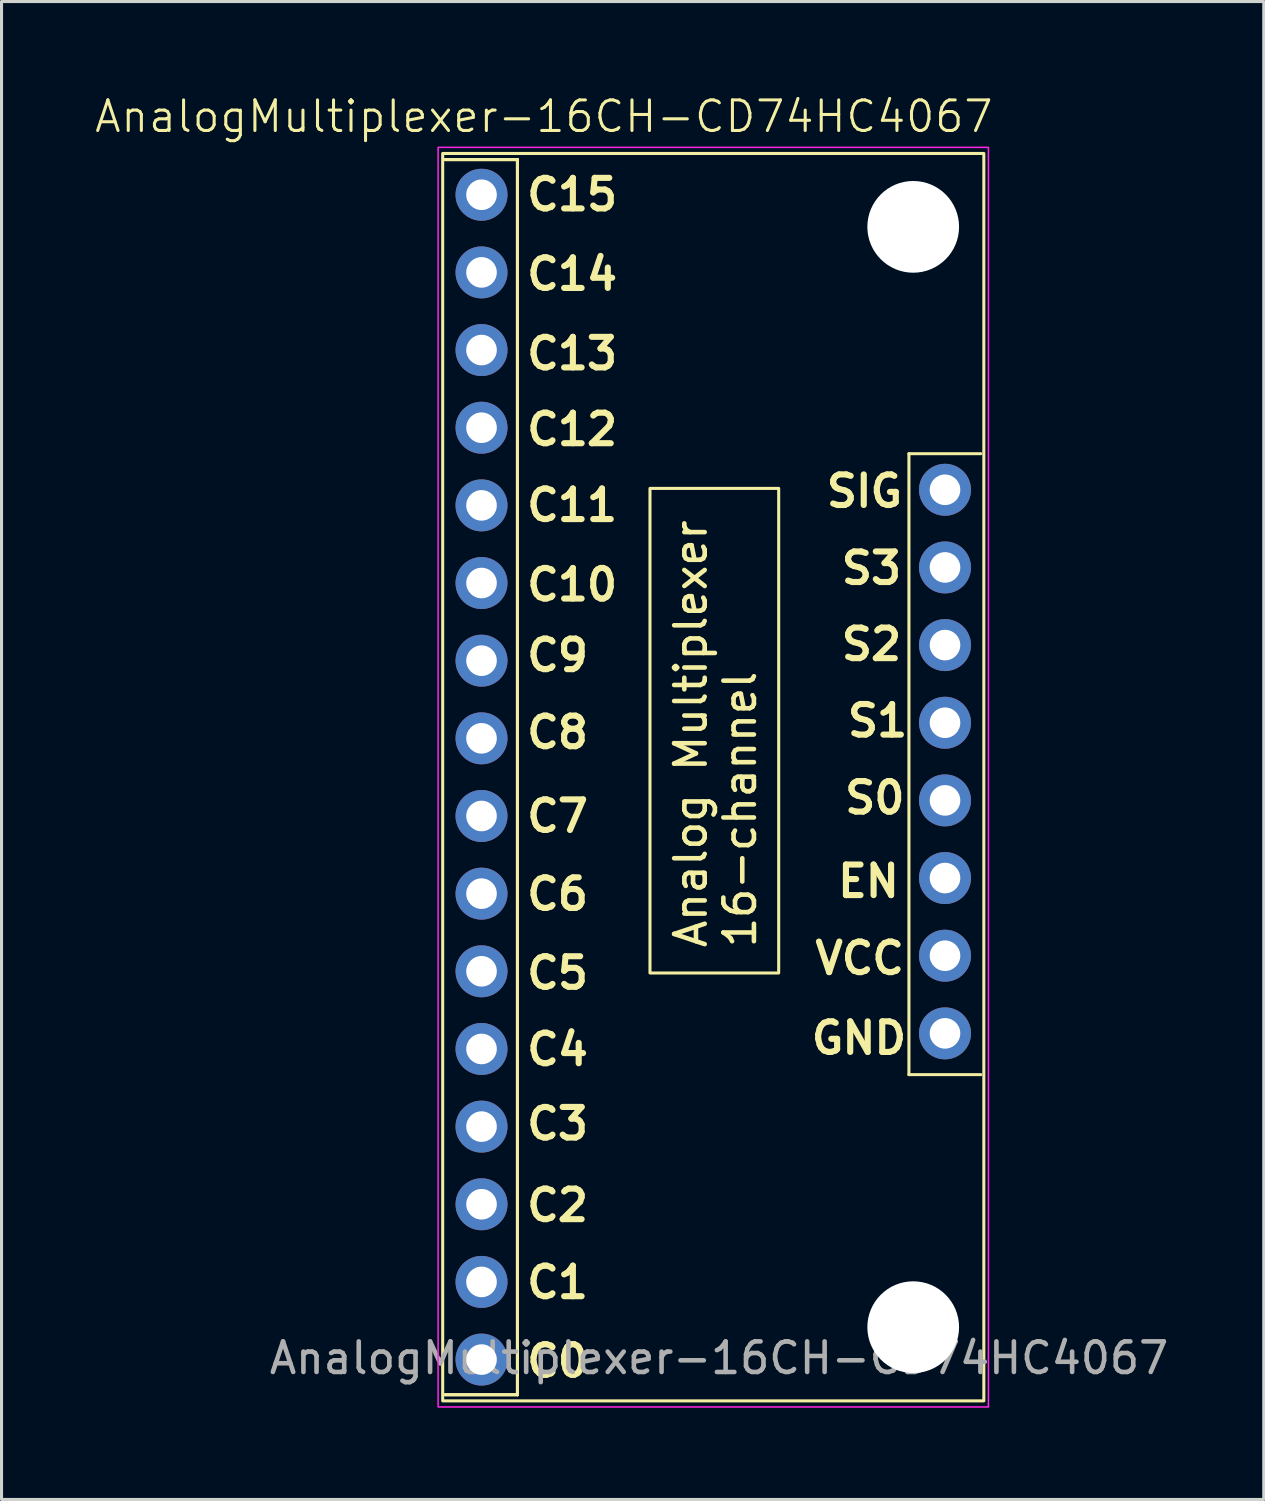
<source format=kicad_pcb>
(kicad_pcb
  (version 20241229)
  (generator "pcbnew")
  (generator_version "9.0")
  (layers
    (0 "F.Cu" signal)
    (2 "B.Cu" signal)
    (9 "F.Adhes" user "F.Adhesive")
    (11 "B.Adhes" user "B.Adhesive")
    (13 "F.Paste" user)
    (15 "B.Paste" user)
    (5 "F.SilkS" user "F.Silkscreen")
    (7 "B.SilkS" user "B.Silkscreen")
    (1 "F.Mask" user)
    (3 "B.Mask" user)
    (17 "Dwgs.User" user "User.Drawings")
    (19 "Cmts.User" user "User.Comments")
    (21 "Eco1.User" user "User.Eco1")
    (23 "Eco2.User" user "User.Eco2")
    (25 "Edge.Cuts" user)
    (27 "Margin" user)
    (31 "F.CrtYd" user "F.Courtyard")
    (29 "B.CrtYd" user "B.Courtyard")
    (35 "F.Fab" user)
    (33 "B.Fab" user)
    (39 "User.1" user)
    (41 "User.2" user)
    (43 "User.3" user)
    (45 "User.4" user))
  (footprint "AnalogMultiplexer-16CH-CD74HC4067"
    (layer "F.Cu")
    (at 20.28 22.87)
    (property "Reference" "AnalogMultiplexer-16CH-CD74HC4067" (at -5.54 -22.11 0) (unlocked yes) (layer "F.SilkS") (effects (font (size 1 1) (thickness 0.1))))
    (attr smd)
    (fp_line (start -8.775 -20.7) (end -6.405 -20.7) (stroke (width 0.1) (type default)) (layer "F.SilkS"))
    (fp_line (start -8.775 -20.7) (end -6.405 -20.7) (stroke (width 0.1) (type default)) (layer "F.SilkS"))
    (fp_line (start -6.405 -20.7) (end -6.405 19.7) (stroke (width 0.1) (type default)) (layer "F.SilkS"))
    (fp_line (start -6.405 -20.7) (end -6.405 19.7) (stroke (width 0.1) (type default)) (layer "F.SilkS"))
    (fp_line (start -6.405 19.7) (end -8.775 19.7) (stroke (width 0.1) (type default)) (layer "F.SilkS"))
    (fp_line (start -6.405 19.7) (end -8.775 19.7) (stroke (width 0.1) (type default)) (layer "F.SilkS"))
    (fp_line (start 6.4 -11.08) (end 8.75 -11.08) (stroke (width 0.1) (type default)) (layer "F.SilkS"))
    (fp_line (start 6.4 9.23) (end 6.4 -11.08) (stroke (width 0.1) (type default)) (layer "F.SilkS"))
    (fp_line (start 8.75 9.23) (end 6.4 9.23) (stroke (width 0.1) (type default)) (layer "F.SilkS"))
    (fp_rect (start -8.85 -20.9) (end 8.85 19.9) (stroke (width 0.1) (type default)) (fill no) (layer "F.SilkS"))
    (fp_rect (start -9 -21.1) (end 9 20.1) (stroke (width 0.05) (type default)) (fill no) (layer "F.CrtYd"))
    (fp_text user "C7" (at -6.2 1.36 0) (unlocked yes) (layer "F.SilkS") (effects (font (size 1 1) (thickness 0.2) (bold yes)) (justify left bottom)))
    (fp_text user "C4" (at -6.2 8.99 0) (unlocked yes) (layer "F.SilkS") (effects (font (size 1 1) (thickness 0.2) (bold yes)) (justify left bottom)))
    (fp_text user "S0" (at 4.2 0.76 0) (unlocked yes) (layer "F.SilkS") (effects (font (size 1 1) (thickness 0.2) (bold yes)) (justify left bottom)))
    (fp_text user "C13" (at -6.2 -13.77 0) (unlocked yes) (layer "F.SilkS") (effects (font (size 1 1) (thickness 0.2) (bold yes)) (justify left bottom)))
    (fp_text user "S1" (at 4.29 -1.76 0) (unlocked yes) (layer "F.SilkS") (effects (font (size 1 1) (thickness 0.2) (bold yes)) (justify left bottom)))
    (fp_text user "C6" (at -6.2 3.91 0) (unlocked yes) (layer "F.SilkS") (effects (font (size 1 1) (thickness 0.2) (bold yes)) (justify left bottom)))
    (fp_text user "C5" (at -6.2 6.49 0) (unlocked yes) (layer "F.SilkS") (effects (font (size 1 1) (thickness 0.2) (bold yes)) (justify left bottom)))
    (fp_text user "VCC" (at 3.23 6.01 0) (unlocked yes) (layer "F.SilkS") (effects (font (size 1 1) (thickness 0.2) (bold yes)) (justify left bottom)))
    (fp_text user "S3" (at 4.09 -6.75 0) (unlocked yes) (layer "F.SilkS") (effects (font (size 1 1) (thickness 0.2) (bold yes)) (justify left bottom)))
    (fp_text user "C10" (at -6.2 -6.21 0) (unlocked yes) (layer "F.SilkS") (effects (font (size 1 1) (thickness 0.2) (bold yes)) (justify left bottom)))
    (fp_text user "C11" (at -6.2 -8.81 0) (unlocked yes) (layer "F.SilkS") (effects (font (size 1 1) (thickness 0.2) (bold yes)) (justify left bottom)))
    (fp_text user "C9" (at -6.2 -3.9 0) (unlocked yes) (layer "F.SilkS") (effects (font (size 1 1) (thickness 0.2) (bold yes)) (justify left bottom)))
    (fp_text user "C8" (at -6.2 -1.38 0) (unlocked yes) (layer "F.SilkS") (effects (font (size 1 1) (thickness 0.2) (bold yes)) (justify left bottom)))
    (fp_text user "C3" (at -6.2 11.42 0) (unlocked yes) (layer "F.SilkS") (effects (font (size 1 1) (thickness 0.2) (bold yes)) (justify left bottom)))
    (fp_text user "C15" (at -6.2 -18.97 0) (unlocked yes) (layer "F.SilkS") (effects (font (size 1 1) (thickness 0.2) (bold yes)) (justify left bottom)))
    (fp_text user "S2" (at 4.09 -4.26 0) (unlocked yes) (layer "F.SilkS") (effects (font (size 1 1) (thickness 0.2) (bold yes)) (justify left bottom)))
    (fp_text user "SIG" (at 3.6 -9.27 0) (unlocked yes) (layer "F.SilkS") (effects (font (size 1 1) (thickness 0.2) (bold yes)) (justify left bottom)))
    (fp_text user "C2" (at -6.2 14.09 0) (unlocked yes) (layer "F.SilkS") (effects (font (size 1 1) (thickness 0.2) (bold yes)) (justify left bottom)))
    (fp_text user "C1" (at -6.2 16.61 0) (unlocked yes) (layer "F.SilkS") (effects (font (size 1 1) (thickness 0.2) (bold yes)) (justify left bottom)))
    (fp_text user "C0" (at -6.2 19.18 0) (unlocked yes) (layer "F.SilkS") (effects (font (size 1 1) (thickness 0.2) (bold yes)) (justify left bottom)))
    (fp_text user "C12" (at -6.2 -11.29 0) (unlocked yes) (layer "F.SilkS") (effects (font (size 1 1) (thickness 0.2) (bold yes)) (justify left bottom)))
    (fp_text user "C14" (at -6.2 -16.37 0) (unlocked yes) (layer "F.SilkS") (effects (font (size 1 1) (thickness 0.2) (bold yes)) (justify left bottom)))
    (fp_text user "EN" (at 3.97 3.49 0) (unlocked yes) (layer "F.SilkS") (effects (font (size 1 1) (thickness 0.2) (bold yes)) (justify left bottom)))
    (fp_text user "GND" (at 3.11 8.62 0) (unlocked yes) (layer "F.SilkS") (effects (font (size 1 1) (thickness 0.2) (bold yes)) (justify left bottom)))
    (fp_text user "${REFERENCE}" (at 0.19 18.5 0) (unlocked yes) (layer "F.Fab") (effects (font (size 1 1) (thickness 0.15))))
    (fp_text_box "Analog Multiplexer 16-channel" (start -2.07 5.905) (end 2.14 -9.945) (margins 0.8 0.8 0.8 0.8) (angle 90) (layer "F.SilkS") (effects (font (size 1 1) (thickness 0.15)) (justify left top)) (border yes) (stroke (width 0.1) (type solid)))
    (pad "" np_thru_hole circle (at 6.54 -18.5) (size 3 3) (drill 3) (layers "*.Cu" "*.Mask"))
    (pad "" np_thru_hole circle (at 6.54 17.49) (size 3 3) (drill 3) (layers "*.Cu" "*.Mask"))
    (pad "1" thru_hole oval (at 7.58 -9.9) (size 1.7 1.7) (drill 1) (layers "*.Cu" "*.Mask"))
    (pad "2" thru_hole oval (at 7.58 -7.36) (size 1.7 1.7) (drill 1) (layers "*.Cu" "*.Mask"))
    (pad "3" thru_hole oval (at 7.58 -4.82) (size 1.7 1.7) (drill 1) (layers "*.Cu" "*.Mask"))
    (pad "4" thru_hole oval (at 7.58 -2.28) (size 1.7 1.7) (drill 1) (layers "*.Cu" "*.Mask"))
    (pad "5" thru_hole oval (at 7.58 0.26) (size 1.7 1.7) (drill 1) (layers "*.Cu" "*.Mask"))
    (pad "6" thru_hole oval (at 7.58 2.8) (size 1.7 1.7) (drill 1) (layers "*.Cu" "*.Mask"))
    (pad "7" thru_hole oval (at 7.58 5.34) (size 1.7 1.7) (drill 1) (layers "*.Cu" "*.Mask"))
    (pad "8" thru_hole oval (at 7.58 7.88) (size 1.7 1.7) (drill 1) (layers "*.Cu" "*.Mask"))
    (pad "9" thru_hole oval (at -7.58 18.55) (size 1.7 1.7) (drill 1) (layers "*.Cu" "*.Mask"))
    (pad "10" thru_hole oval (at -7.58 16.01) (size 1.7 1.7) (drill 1) (layers "*.Cu" "*.Mask"))
    (pad "11" thru_hole oval (at -7.58 13.47) (size 1.7 1.7) (drill 1) (layers "*.Cu" "*.Mask"))
    (pad "12" thru_hole oval (at -7.58 10.93) (size 1.7 1.7) (drill 1) (layers "*.Cu" "*.Mask"))
    (pad "13" thru_hole oval (at -7.58 8.39) (size 1.7 1.7) (drill 1) (layers "*.Cu" "*.Mask"))
    (pad "14" thru_hole oval (at -7.58 5.85) (size 1.7 1.7) (drill 1) (layers "*.Cu" "*.Mask"))
    (pad "15" thru_hole oval (at -7.58 3.31) (size 1.7 1.7) (drill 1) (layers "*.Cu" "*.Mask"))
    (pad "16" thru_hole oval (at -7.58 0.77) (size 1.7 1.7) (drill 1) (layers "*.Cu" "*.Mask"))
    (pad "17" thru_hole oval (at -7.58 -1.77) (size 1.7 1.7) (drill 1) (layers "*.Cu" "*.Mask"))
    (pad "18" thru_hole oval (at -7.58 -4.31) (size 1.7 1.7) (drill 1) (layers "*.Cu" "*.Mask"))
    (pad "19" thru_hole oval (at -7.58 -6.85) (size 1.7 1.7) (drill 1) (layers "*.Cu" "*.Mask"))
    (pad "20" thru_hole oval (at -7.58 -9.39) (size 1.7 1.7) (drill 1) (layers "*.Cu" "*.Mask"))
    (pad "21" thru_hole oval (at -7.58 -11.93) (size 1.7 1.7) (drill 1) (layers "*.Cu" "*.Mask"))
    (pad "22" thru_hole oval (at -7.58 -14.47) (size 1.7 1.7) (drill 1) (layers "*.Cu" "*.Mask"))
    (pad "23" thru_hole oval (at -7.58 -17.01) (size 1.7 1.7) (drill 1) (layers "*.Cu" "*.Mask"))
    (pad "24" thru_hole oval (at -7.58 -19.55) (size 1.7 1.7) (drill 1) (layers "*.Cu" "*.Mask")))
  (gr_rect
    (start -3 -3)
    (end 38.286 45.995)
    (stroke (width 0.1) (type default))
    (fill no)
    (layer "Edge.Cuts")))
</source>
